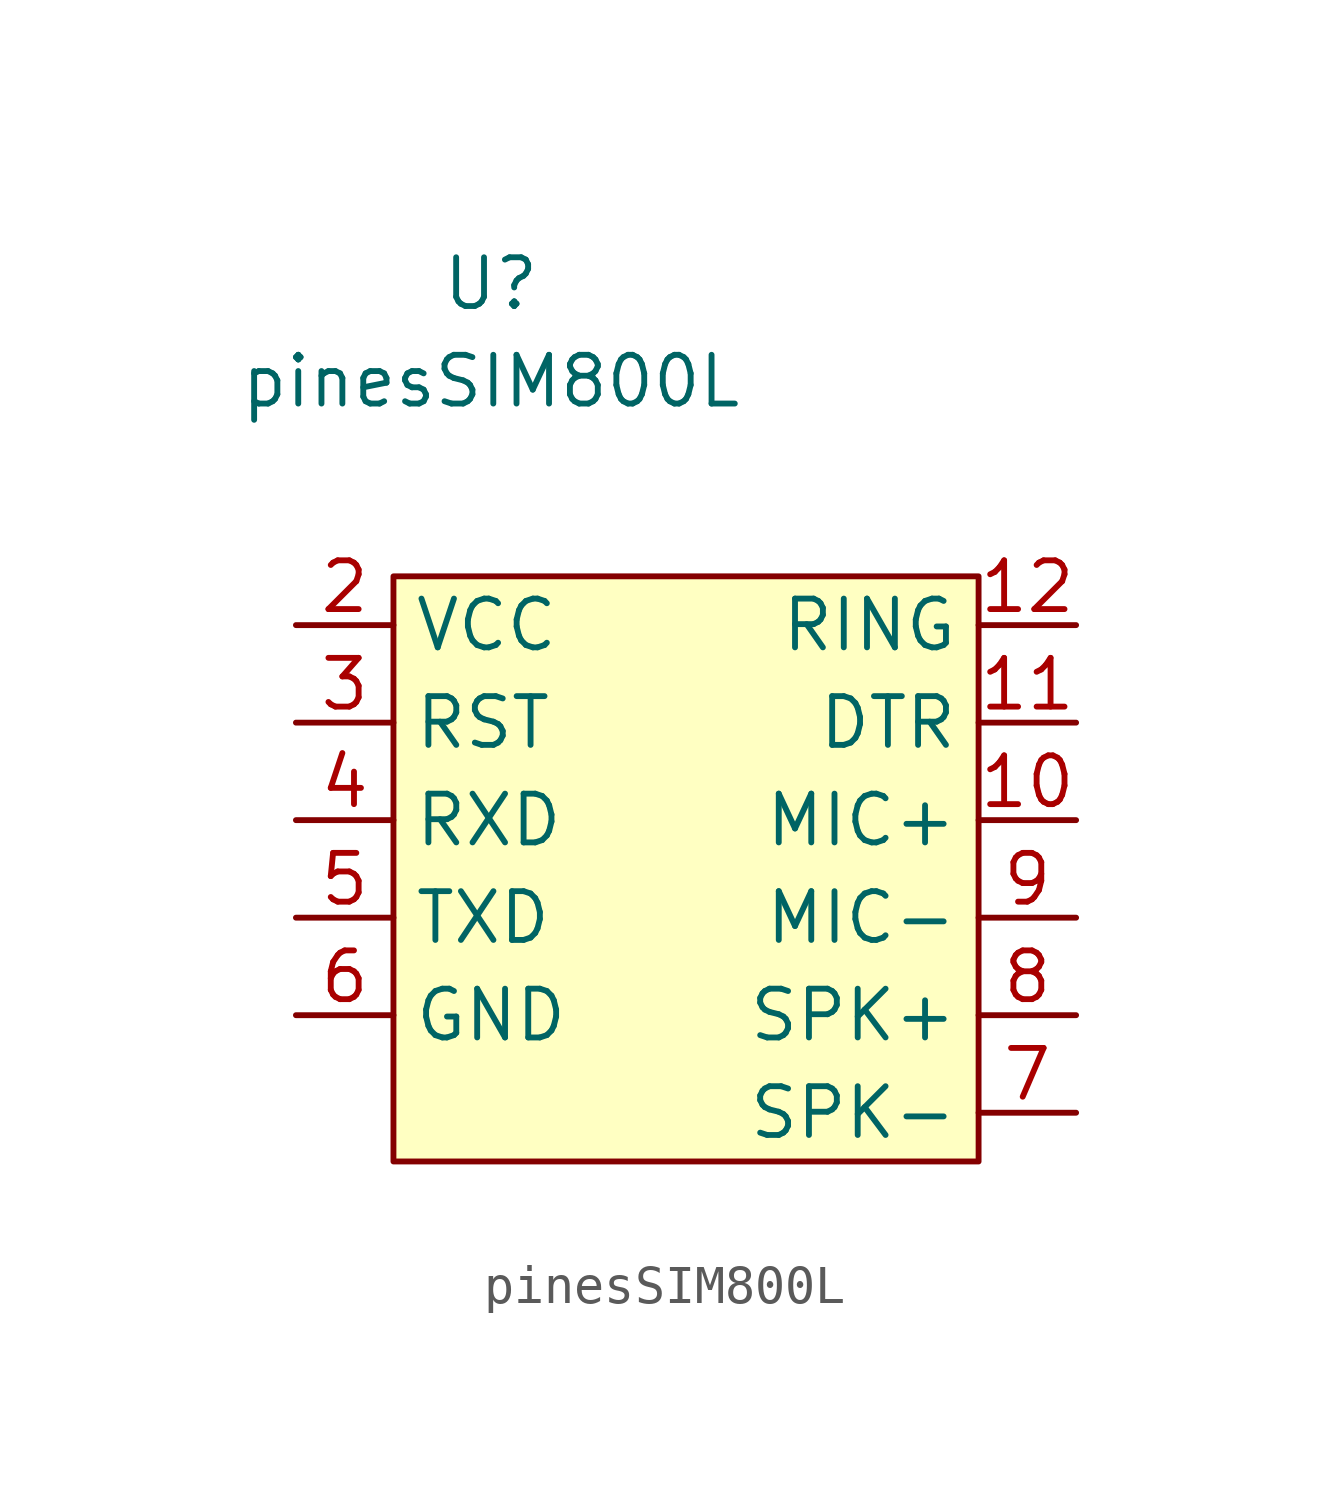
<source format=kicad_sym>
(kicad_symbol_lib
  (version 20211014)
  (generator kicad_symbol_editor)
  (symbol "pinesSIM800L"
    (property "Reference" "U"
      (at 0 5.08 0)
      (effects (font (size 1.27 1.27))))
    (property "Value" "pinesSIM800L"
      (at 0 2.54 0)
      (effects (font (size 1.27 1.27))))
    (symbol "pinesSIM800L_0_1"
      (rectangle (start 12.7 -17.78) (end -2.54 -2.54) (stroke (width 0) (type default) (color 0 0 0 0)) (fill (type background))))
    (symbol "pinesSIM800L_1_1"
      (pin input line (at 15.24 -8.89 180) (length 2.54) (name "MIC+" (effects (font (size 1.27 1.27)))) (number "10" (effects (font (size 1.27 1.27)))))
      (pin input line (at 15.24 -6.35 180) (length 2.54) (name "DTR" (effects (font (size 1.27 1.27)))) (number "11" (effects (font (size 1.27 1.27)))))
      (pin power_in line (at 15.24 -3.81 180) (length 2.54) (name "RING" (effects (font (size 1.27 1.27)))) (number "12" (effects (font (size 1.27 1.27)))))
      (pin power_in line (at -5.08 -3.81 0) (length 2.54) (name "VCC" (effects (font (size 1.27 1.27)))) (number "2" (effects (font (size 1.27 1.27)))))
      (pin input line (at -5.08 -6.35 0) (length 2.54) (name "RST" (effects (font (size 1.27 1.27)))) (number "3" (effects (font (size 1.27 1.27)))))
      (pin bidirectional line (at -5.08 -8.89 0) (length 2.54) (name "RXD" (effects (font (size 1.27 1.27)))) (number "4" (effects (font (size 1.27 1.27)))))
      (pin bidirectional line (at -5.08 -11.43 0) (length 2.54) (name "TXD" (effects (font (size 1.27 1.27)))) (number "5" (effects (font (size 1.27 1.27)))))
      (pin power_in line (at -5.08 -13.97 0) (length 2.54) (name "GND" (effects (font (size 1.27 1.27)))) (number "6" (effects (font (size 1.27 1.27)))))
      (pin input line (at 15.24 -16.51 180) (length 2.54) (name "SPK-" (effects (font (size 1.27 1.27)))) (number "7" (effects (font (size 1.27 1.27)))))
      (pin input line (at 15.24 -13.97 180) (length 2.54) (name "SPK+" (effects (font (size 1.27 1.27)))) (number "8" (effects (font (size 1.27 1.27)))))
      (pin input line (at 15.24 -11.43 180) (length 2.54) (name "MIC-" (effects (font (size 1.27 1.27)))) (number "9" (effects (font (size 1.27 1.27))))))))
</source>
